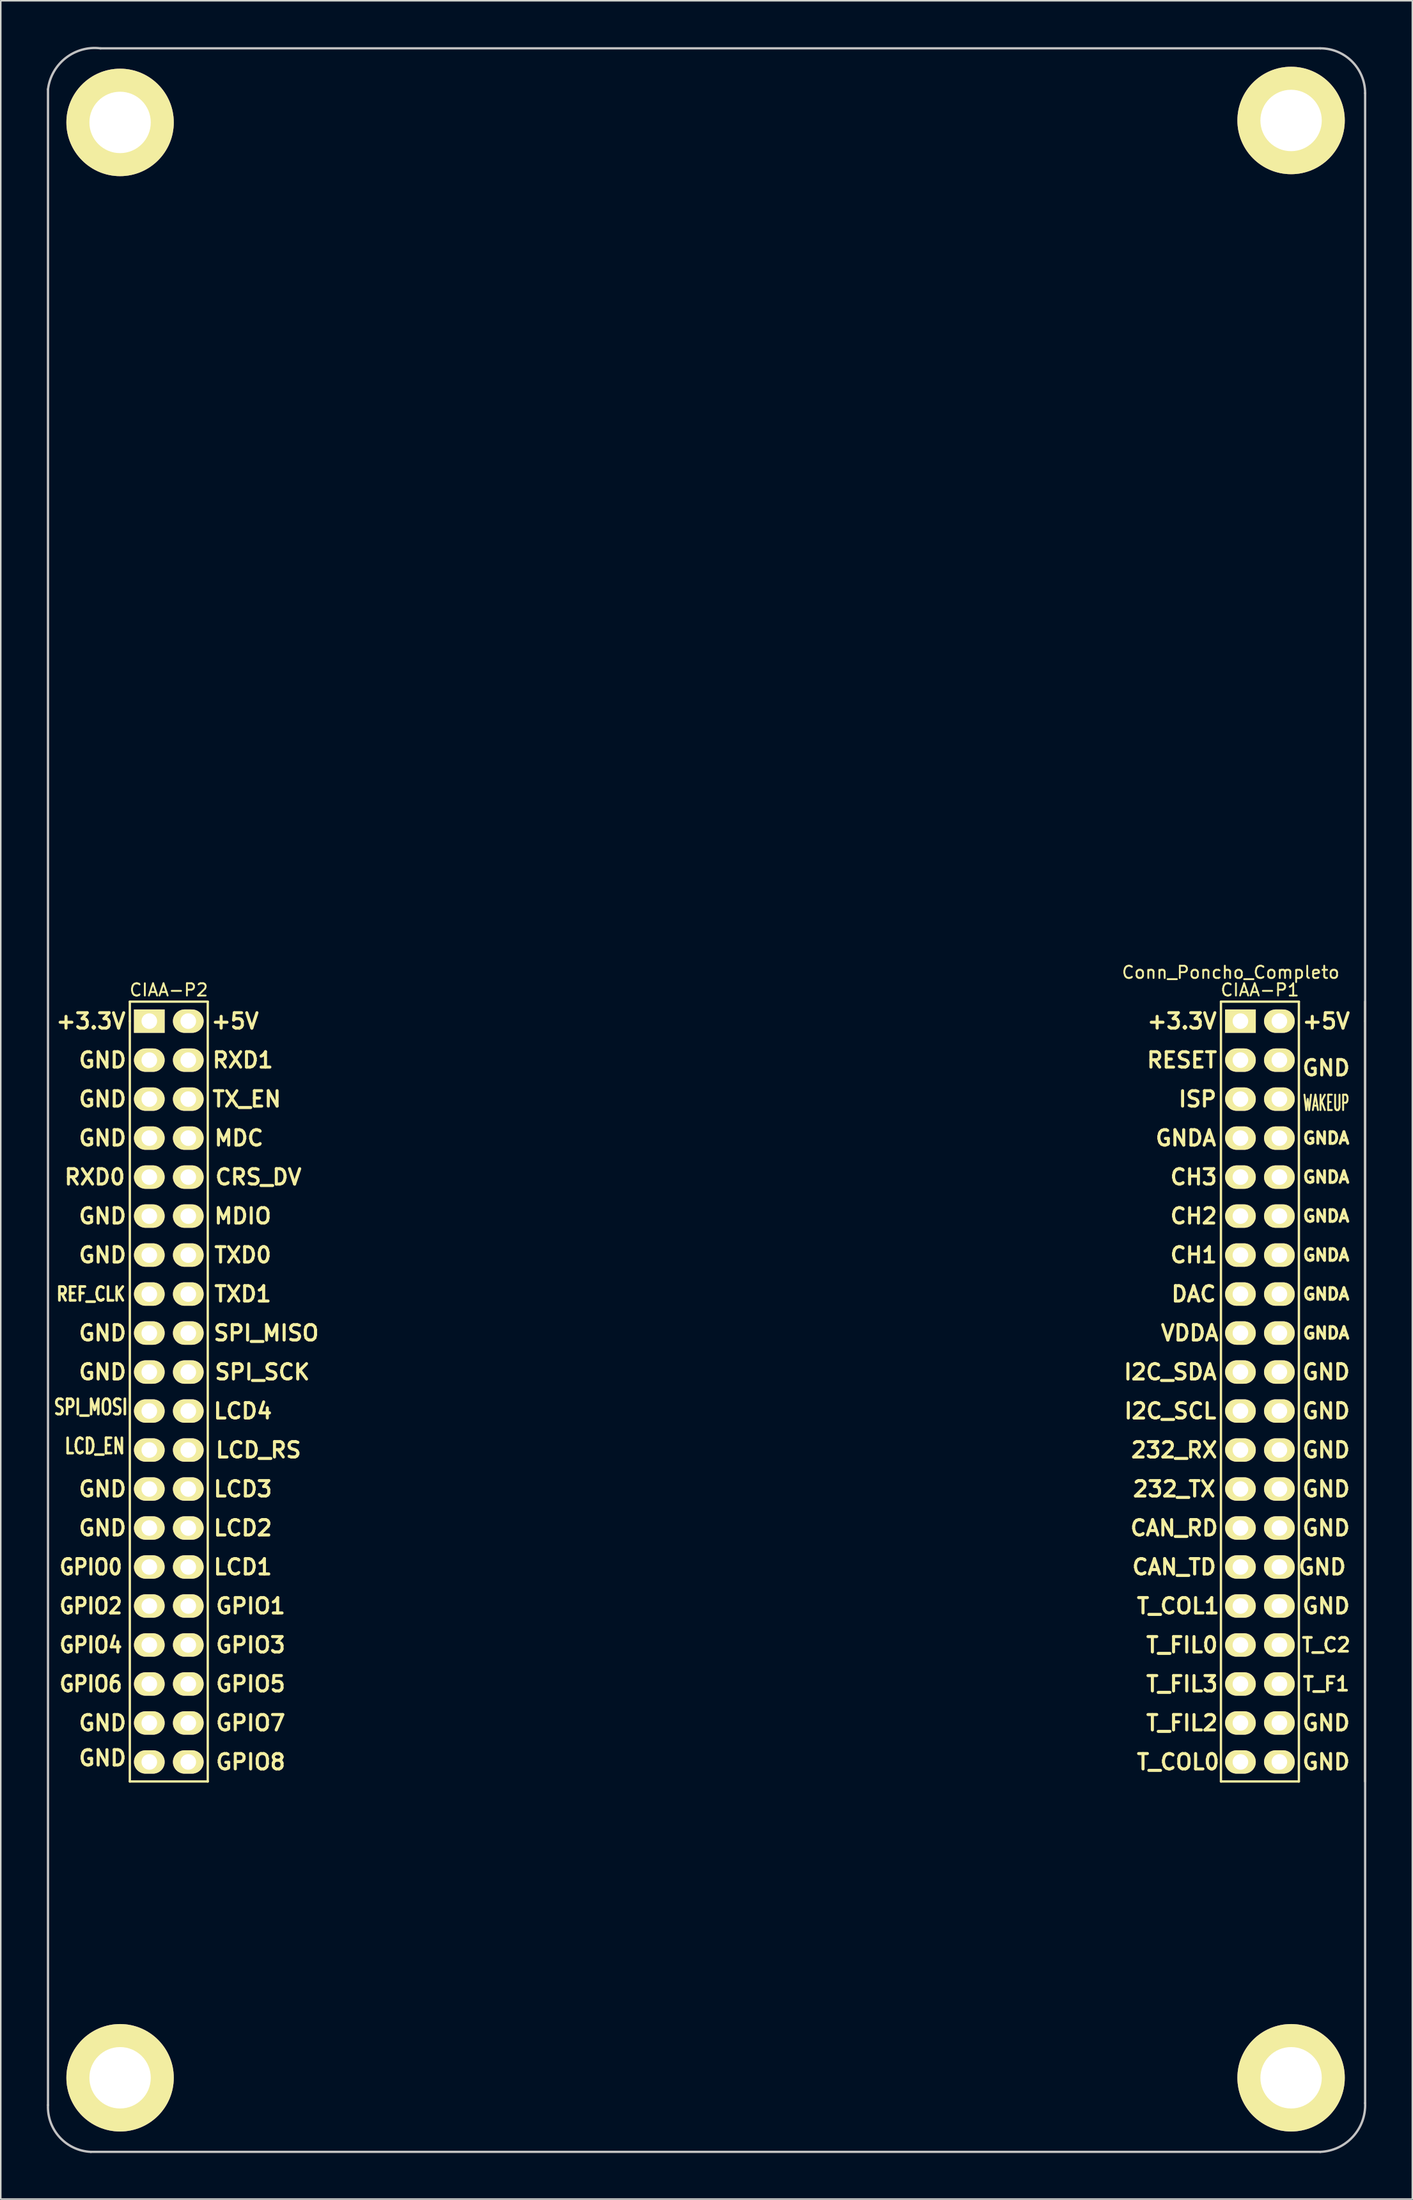
<source format=kicad_pcb>
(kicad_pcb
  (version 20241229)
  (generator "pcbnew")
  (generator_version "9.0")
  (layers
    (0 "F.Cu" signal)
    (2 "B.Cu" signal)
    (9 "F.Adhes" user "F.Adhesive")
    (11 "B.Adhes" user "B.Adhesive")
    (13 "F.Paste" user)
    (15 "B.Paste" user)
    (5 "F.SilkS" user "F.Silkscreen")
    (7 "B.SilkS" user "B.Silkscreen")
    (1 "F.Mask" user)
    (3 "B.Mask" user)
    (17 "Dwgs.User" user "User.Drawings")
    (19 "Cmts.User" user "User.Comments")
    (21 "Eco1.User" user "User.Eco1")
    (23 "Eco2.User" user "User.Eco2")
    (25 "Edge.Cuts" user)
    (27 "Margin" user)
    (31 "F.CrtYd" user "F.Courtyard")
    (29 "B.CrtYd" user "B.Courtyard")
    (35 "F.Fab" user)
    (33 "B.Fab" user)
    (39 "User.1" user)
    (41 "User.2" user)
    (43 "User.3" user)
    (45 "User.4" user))
  (footprint "Conn_Poncho_Completo"
    (layer "F.Cu")
    (at 77.802 63.472)
    (property "Reference" "Conn_Poncho_Completo" (at -0.635 -3.175 0) (layer "F.SilkS") (effects (font (size 0.8 0.8) (thickness 0.12))))
    (attr through_hole)
    (fp_line (start -72.39 -1.27) (end -67.31 -1.27) (stroke (width 0.15) (type solid)) (layer "F.SilkS"))
    (fp_line (start -72.39 0) (end -72.39 -1.27) (stroke (width 0.15) (type solid)) (layer "F.SilkS"))
    (fp_line (start -72.39 49.53) (end -72.39 0) (stroke (width 0.15) (type solid)) (layer "F.SilkS"))
    (fp_line (start -67.31 -1.27) (end -67.31 49.53) (stroke (width 0.15) (type solid)) (layer "F.SilkS"))
    (fp_line (start -67.31 49.53) (end -72.39 49.53) (stroke (width 0.15) (type solid)) (layer "F.SilkS"))
    (fp_line (start -1.27 49.53) (end -1.27 -1.27) (stroke (width 0.15) (type solid)) (layer "F.SilkS"))
    (fp_line (start 3.81 -1.27) (end -1.27 -1.27) (stroke (width 0.15) (type solid)) (layer "F.SilkS"))
    (fp_line (start 3.81 49.53) (end -1.27 49.53) (stroke (width 0.15) (type solid)) (layer "F.SilkS"))
    (fp_line (start 3.81 49.53) (end 3.81 -1.27) (stroke (width 0.15) (type solid)) (layer "F.SilkS"))
    (fp_line (start 8.128 0) (end 8.128 -1.27) (stroke (width 0.15) (type solid)) (layer "F.SilkS"))
    (fp_line (start 8.128 0) (end 8.128 49.53) (stroke (width 0.15) (type solid)) (layer "F.SilkS"))
    (fp_line (start -77.724 70.612) (end -77.724 -60.706) (stroke (width 0.15) (type solid)) (layer "Dwgs.User"))
    (fp_line (start -74.295 -63.373) (end 5.207 -63.373) (stroke (width 0.15) (type solid)) (layer "Dwgs.User"))
    (fp_line (start 5.207 73.66) (end -74.93 73.66) (stroke (width 0.15) (type solid)) (layer "Dwgs.User"))
    (fp_line (start 8.128 -60.452) (end 8.128 70.485) (stroke (width 0.15) (type solid)) (layer "Dwgs.User"))
    (fp_arc (start -77.724 -60.706) (mid -76.561854 -62.749669) (end -74.295 -63.373) (stroke (width 0.15) (type solid)) (layer "Dwgs.User"))
    (fp_arc (start -74.93 73.66) (mid -76.958261 72.714656) (end -77.724 70.612) (stroke (width 0.15) (type solid)) (layer "Dwgs.User"))
    (fp_arc (start 5.207 -63.373) (mid 7.272459 -62.517459) (end 8.128 -60.452) (stroke (width 0.15) (type solid)) (layer "Dwgs.User"))
    (fp_arc (start 8.128 70.485) (mid 7.325064 72.677459) (end 5.207 73.66) (stroke (width 0.15) (type solid)) (layer "Dwgs.User"))
    (fp_text user "+5V" (at 5.588 0 0) (layer "F.SilkS") (effects (font (size 1 1) (thickness 0.2))))
    (fp_text user "GND" (at 5.588 3.048 0) (layer "F.SilkS") (effects (font (size 1 1) (thickness 0.2))))
    (fp_text user "CIAA-P2" (at -69.85 -2.032 0) (layer "F.SilkS") (effects (font (size 0.8 0.8) (thickness 0.12))))
    (fp_text user "GPIO4" (at -74.93 40.64 0) (layer "F.SilkS") (effects (font (size 1 0.9) (thickness 0.2))))
    (fp_text user "DAC" (at -3.048 17.78 0) (layer "F.SilkS") (effects (font (size 1 1) (thickness 0.2))))
    (fp_text user "GNDA" (at 5.588 12.7 0) (layer "F.SilkS") (effects (font (size 0.76 0.76) (thickness 0.19))))
    (fp_text user "T_C2" (at 5.588 40.64 0) (layer "F.SilkS") (effects (font (size 0.9 0.9) (thickness 0.18))))
    (fp_text user "TXD0" (at -65.024 15.24 0) (layer "F.SilkS") (effects (font (size 1 1) (thickness 0.2))))
    (fp_text user "GND" (at -74.168 12.7 0) (layer "F.SilkS") (effects (font (size 1 1) (thickness 0.2))))
    (fp_text user "SPI_MOSI" (at -74.93 25.146 0) (layer "F.SilkS") (effects (font (size 1 0.7) (thickness 0.17))))
    (fp_text user "232_TX" (at -4.318 30.48 0) (layer "F.SilkS") (effects (font (size 1 1) (thickness 0.2))))
    (fp_text user "GND" (at -74.168 30.48 0) (layer "F.SilkS") (effects (font (size 1 1) (thickness 0.2))))
    (fp_text user "GNDA" (at 5.588 7.62 0) (layer "F.SilkS") (effects (font (size 0.76 0.76) (thickness 0.19))))
    (fp_text user "GPIO0" (at -74.93 35.56 0) (layer "F.SilkS") (effects (font (size 1 0.9) (thickness 0.2))))
    (fp_text user "GND" (at -74.168 45.72 0) (layer "F.SilkS") (effects (font (size 1 1) (thickness 0.2))))
    (fp_text user "GPIO8" (at -64.516 48.26 0) (layer "F.SilkS") (effects (font (size 1 1) (thickness 0.2))))
    (fp_text user "I2C_SDA" (at -4.572 22.86 0) (layer "F.SilkS") (effects (font (size 1 1) (thickness 0.2))))
    (fp_text user "T_FIL0" (at -3.81 40.64 0) (layer "F.SilkS") (effects (font (size 1 1) (thickness 0.2))))
    (fp_text user "SPI_SCK" (at -63.754 22.86 0) (layer "F.SilkS") (effects (font (size 1 1) (thickness 0.2))))
    (fp_text user "GND" (at 5.588 48.26 0) (layer "F.SilkS") (effects (font (size 1 1) (thickness 0.2))))
    (fp_text user "I2C_SCL" (at -4.572 25.4 0) (layer "F.SilkS") (effects (font (size 1 1) (thickness 0.2))))
    (fp_text user "GNDA" (at 5.588 17.78 0) (layer "F.SilkS") (effects (font (size 0.76 0.76) (thickness 0.19))))
    (fp_text user "RXD0" (at -74.676 10.16 0) (layer "F.SilkS") (effects (font (size 1 1) (thickness 0.2))))
    (fp_text user "CH3" (at -3.048 10.16 0) (layer "F.SilkS") (effects (font (size 1 1) (thickness 0.2))))
    (fp_text user "T_FIL3" (at -3.81 43.18 0) (layer "F.SilkS") (effects (font (size 1 1) (thickness 0.2))))
    (fp_text user "GND" (at 5.588 30.48 0) (layer "F.SilkS") (effects (font (size 1 1) (thickness 0.2))))
    (fp_text user "LCD1" (at -65.024 35.56 0) (layer "F.SilkS") (effects (font (size 1 1) (thickness 0.2))))
    (fp_text user "GND" (at -74.168 33.02 0) (layer "F.SilkS") (effects (font (size 1 1) (thickness 0.2))))
    (fp_text user "GPIO6" (at -74.93 43.18 0) (layer "F.SilkS") (effects (font (size 1 0.9) (thickness 0.2))))
    (fp_text user "TXD1" (at -65.024 17.78 0) (layer "F.SilkS") (effects (font (size 1 1) (thickness 0.2))))
    (fp_text user "MDIO" (at -65.024 12.7 0) (layer "F.SilkS") (effects (font (size 1 1) (thickness 0.2))))
    (fp_text user "GND" (at -74.168 20.32 0) (layer "F.SilkS") (effects (font (size 1 1) (thickness 0.2))))
    (fp_text user "GND" (at -74.168 7.62 0) (layer "F.SilkS") (effects (font (size 1 1) (thickness 0.2))))
    (fp_text user "CRS_DV" (at -64.008 10.16 0) (layer "F.SilkS") (effects (font (size 1 1) (thickness 0.2))))
    (fp_text user "GND" (at 5.588 45.72 0) (layer "F.SilkS") (effects (font (size 1 1) (thickness 0.2))))
    (fp_text user "WAKEUP" (at 5.588 5.334 0) (layer "F.SilkS") (effects (font (size 1 0.5) (thickness 0.125))))
    (fp_text user "T_FIL2" (at -3.81 45.72 0) (layer "F.SilkS") (effects (font (size 1 1) (thickness 0.2))))
    (fp_text user "MDC" (at -65.278 7.62 0) (layer "F.SilkS") (effects (font (size 1 1) (thickness 0.2))))
    (fp_text user "CIAA-P1" (at 1.27 -2.032 0) (layer "F.SilkS") (effects (font (size 0.8 0.8) (thickness 0.12))))
    (fp_text user "RXD1" (at -65.024 2.54 0) (layer "F.SilkS") (effects (font (size 1 1) (thickness 0.2))))
    (fp_text user "GND" (at -74.168 15.24 0) (layer "F.SilkS") (effects (font (size 1 1) (thickness 0.2))))
    (fp_text user "GND" (at 5.588 38.1 0) (layer "F.SilkS") (effects (font (size 1 1) (thickness 0.2))))
    (fp_text user "+5V" (at -65.532 0 0) (layer "F.SilkS") (effects (font (size 1 1) (thickness 0.2))))
    (fp_text user "LCD_RS" (at -64.008 27.94 0) (layer "F.SilkS") (effects (font (size 1 1) (thickness 0.2))))
    (fp_text user "ISP" (at -2.794 5.08 0) (layer "F.SilkS") (effects (font (size 1 1) (thickness 0.2))))
    (fp_text user "GND" (at 5.588 33.02 0) (layer "F.SilkS") (effects (font (size 1 1) (thickness 0.2))))
    (fp_text user "LCD3" (at -65.024 30.48 0) (layer "F.SilkS") (effects (font (size 1 1) (thickness 0.2))))
    (fp_text user "REF_CLK" (at -74.93 17.78 0) (layer "F.SilkS") (effects (font (size 0.9 0.7) (thickness 0.175))))
    (fp_text user "TX_EN" (at -64.77 5.08 0) (layer "F.SilkS") (effects (font (size 1 1) (thickness 0.2))))
    (fp_text user "CAN_TD" (at -4.318 35.56 0) (layer "F.SilkS") (effects (font (size 1 1) (thickness 0.2))))
    (fp_text user "GPIO3" (at -64.516 40.64 0) (layer "F.SilkS") (effects (font (size 1 1) (thickness 0.2))))
    (fp_text user "T_F1" (at 5.588 43.18 0) (layer "F.SilkS") (effects (font (size 0.9 0.9) (thickness 0.18))))
    (fp_text user "LCD4" (at -65.024 25.4 0) (layer "F.SilkS") (effects (font (size 1 1) (thickness 0.2))))
    (fp_text user "GNDA" (at 5.588 20.32 0) (layer "F.SilkS") (effects (font (size 0.76 0.76) (thickness 0.19))))
    (fp_text user "GPIO2" (at -74.93 38.1 0) (layer "F.SilkS") (effects (font (size 1 0.9) (thickness 0.2))))
    (fp_text user "CAN_RD" (at -4.318 33.02 0) (layer "F.SilkS") (effects (font (size 1 1) (thickness 0.2))))
    (fp_text user "CH2" (at -3.048 12.7 0) (layer "F.SilkS") (effects (font (size 1 1) (thickness 0.2))))
    (fp_text user "GND" (at 5.588 25.4 0) (layer "F.SilkS") (effects (font (size 1 1) (thickness 0.2))))
    (fp_text user "T_COL0" (at -4.064 48.26 0) (layer "F.SilkS") (effects (font (size 1 1) (thickness 0.2))))
    (fp_text user "GND" (at -74.168 2.54 0) (layer "F.SilkS") (effects (font (size 1 1) (thickness 0.2))))
    (fp_text user "SPI_MISO" (at -63.5 20.32 0) (layer "F.SilkS") (effects (font (size 1 1) (thickness 0.2))))
    (fp_text user "GND" (at -74.168 22.86 0) (layer "F.SilkS") (effects (font (size 1 1) (thickness 0.2))))
    (fp_text user "GND" (at 5.588 22.86 0) (layer "F.SilkS") (effects (font (size 1 1) (thickness 0.2))))
    (fp_text user "T_COL1" (at -4.064 38.1 0) (layer "F.SilkS") (effects (font (size 1 1) (thickness 0.2))))
    (fp_text user "VDDA" (at -3.302 20.32 0) (layer "F.SilkS") (effects (font (size 1 1) (thickness 0.2))))
    (fp_text user "+3.3V" (at -3.81 0 0) (layer "F.SilkS") (effects (font (size 1 1) (thickness 0.2))))
    (fp_text user "232_RX" (at -4.318 27.94 0) (layer "F.SilkS") (effects (font (size 1 1) (thickness 0.2))))
    (fp_text user "GNDA" (at -3.556 7.62 0) (layer "F.SilkS") (effects (font (size 1 1) (thickness 0.2))))
    (fp_text user "RESET" (at -3.81 2.54 0) (layer "F.SilkS") (effects (font (size 1 1) (thickness 0.2))))
    (fp_text user "GPIO7" (at -64.516 45.72 0) (layer "F.SilkS") (effects (font (size 1 1) (thickness 0.2))))
    (fp_text user "+3.3V" (at -74.93 0 0) (layer "F.SilkS") (effects (font (size 1 1) (thickness 0.2))))
    (fp_text user "GND" (at 5.334 35.56 0) (layer "F.SilkS") (effects (font (size 1 1) (thickness 0.2))))
    (fp_text user "GNDA" (at 5.588 10.16 0) (layer "F.SilkS") (effects (font (size 0.76 0.76) (thickness 0.19))))
    (fp_text user "CH1" (at -3.048 15.24 0) (layer "F.SilkS") (effects (font (size 1 1) (thickness 0.2))))
    (fp_text user "GND" (at -74.168 5.08 0) (layer "F.SilkS") (effects (font (size 1 1) (thickness 0.2))))
    (fp_text user "LCD_EN" (at -74.676 27.686 0) (layer "F.SilkS") (effects (font (size 1 0.7) (thickness 0.17))))
    (fp_text user "GPIO1" (at -64.516 38.1 0) (layer "F.SilkS") (effects (font (size 1 1) (thickness 0.2))))
    (fp_text user "GND" (at 5.588 27.94 0) (layer "F.SilkS") (effects (font (size 1 1) (thickness 0.2))))
    (fp_text user "LCD2" (at -65.024 33.02 0) (layer "F.SilkS") (effects (font (size 1 1) (thickness 0.2))))
    (fp_text user "GND" (at -74.168 48.006 0) (layer "F.SilkS") (effects (font (size 1 1) (thickness 0.2))))
    (fp_text user "GPIO5" (at -64.516 43.18 0) (layer "F.SilkS") (effects (font (size 1 1) (thickness 0.2))))
    (fp_text user "GNDA" (at 5.588 15.24 0) (layer "F.SilkS") (effects (font (size 0.76 0.76) (thickness 0.19))))
    (pad "1" thru_hole rect (at 0 0 270) (size 1.524 2) (drill 1.016) (layers "*.Cu" "*.Mask" "F.SilkS"))
    (pad "2" thru_hole oval (at 2.54 0 270) (size 1.524 2) (drill 1.016) (layers "*.Cu" "*.Mask" "F.SilkS"))
    (pad "3" thru_hole oval (at 0 2.54 270) (size 1.524 2) (drill 1.016) (layers "*.Cu" "*.Mask" "F.SilkS"))
    (pad "4" thru_hole oval (at 2.54 2.54 270) (size 1.524 2) (drill 1.016) (layers "*.Cu" "*.Mask" "F.SilkS"))
    (pad "5" thru_hole oval (at 0 5.08 270) (size 1.524 2) (drill 1.016) (layers "*.Cu" "*.Mask" "F.SilkS"))
    (pad "6" thru_hole oval (at 2.54 5.08 270) (size 1.524 2) (drill 1.016) (layers "*.Cu" "*.Mask" "F.SilkS"))
    (pad "7" thru_hole oval (at 0 7.62 270) (size 1.524 2) (drill 1.016) (layers "*.Cu" "*.Mask" "F.SilkS"))
    (pad "8" thru_hole oval (at 2.54 7.62 270) (size 1.524 2) (drill 1.016) (layers "*.Cu" "*.Mask" "F.SilkS"))
    (pad "9" thru_hole oval (at 0 10.16 270) (size 1.524 2) (drill 1.016) (layers "*.Cu" "*.Mask" "F.SilkS"))
    (pad "10" thru_hole oval (at 2.54 10.16 270) (size 1.524 2) (drill 1.016) (layers "*.Cu" "*.Mask" "F.SilkS"))
    (pad "11" thru_hole oval (at 0 12.7 270) (size 1.524 2) (drill 1.016) (layers "*.Cu" "*.Mask" "F.SilkS"))
    (pad "12" thru_hole oval (at 2.54 12.7 270) (size 1.524 2) (drill 1.016) (layers "*.Cu" "*.Mask" "F.SilkS"))
    (pad "13" thru_hole oval (at 0 15.24 270) (size 1.524 2) (drill 1.016) (layers "*.Cu" "*.Mask" "F.SilkS"))
    (pad "14" thru_hole oval (at 2.54 15.24 270) (size 1.524 2) (drill 1.016) (layers "*.Cu" "*.Mask" "F.SilkS"))
    (pad "15" thru_hole oval (at 0 17.78 270) (size 1.524 2) (drill 1.016) (layers "*.Cu" "*.Mask" "F.SilkS"))
    (pad "16" thru_hole oval (at 2.54 17.78 270) (size 1.524 2) (drill 1.016) (layers "*.Cu" "*.Mask" "F.SilkS"))
    (pad "17" thru_hole oval (at 0 20.32 270) (size 1.524 2) (drill 1.016) (layers "*.Cu" "*.Mask" "F.SilkS"))
    (pad "18" thru_hole oval (at 2.54 20.32 270) (size 1.524 2) (drill 1.016) (layers "*.Cu" "*.Mask" "F.SilkS"))
    (pad "19" thru_hole oval (at 0 22.86 270) (size 1.524 2) (drill 1.016) (layers "*.Cu" "*.Mask" "F.SilkS"))
    (pad "20" thru_hole oval (at 2.54 22.86 270) (size 1.524 2) (drill 1.016) (layers "*.Cu" "*.Mask" "F.SilkS"))
    (pad "21" thru_hole oval (at 0 25.4 270) (size 1.524 2) (drill 1.016) (layers "*.Cu" "*.Mask" "F.SilkS"))
    (pad "22" thru_hole oval (at 2.54 25.4 270) (size 1.524 2) (drill 1.016) (layers "*.Cu" "*.Mask" "F.SilkS"))
    (pad "23" thru_hole oval (at 0 27.94 270) (size 1.524 2) (drill 1.016) (layers "*.Cu" "*.Mask" "F.SilkS"))
    (pad "24" thru_hole oval (at 2.54 27.94 270) (size 1.524 2) (drill 1.016) (layers "*.Cu" "*.Mask" "F.SilkS"))
    (pad "25" thru_hole oval (at 0 30.48 270) (size 1.524 2) (drill 1.016) (layers "*.Cu" "*.Mask" "F.SilkS"))
    (pad "26" thru_hole oval (at 2.54 30.48 270) (size 1.524 2) (drill 1.016) (layers "*.Cu" "*.Mask" "F.SilkS"))
    (pad "27" thru_hole oval (at 0 33.02 270) (size 1.524 2) (drill 1.016) (layers "*.Cu" "*.Mask" "F.SilkS"))
    (pad "28" thru_hole oval (at 2.54 33.02 270) (size 1.524 2) (drill 1.016) (layers "*.Cu" "*.Mask" "F.SilkS"))
    (pad "29" thru_hole oval (at 0 35.56 270) (size 1.524 2) (drill 1.016) (layers "*.Cu" "*.Mask" "F.SilkS"))
    (pad "30" thru_hole oval (at 2.54 35.56 270) (size 1.524 2) (drill 1.016) (layers "*.Cu" "*.Mask" "F.SilkS"))
    (pad "31" thru_hole oval (at 0 38.1 270) (size 1.524 2) (drill 1.016) (layers "*.Cu" "*.Mask" "F.SilkS"))
    (pad "32" thru_hole oval (at 2.54 38.1 270) (size 1.524 2) (drill 1.016) (layers "*.Cu" "*.Mask" "F.SilkS"))
    (pad "33" thru_hole oval (at 0 40.64 270) (size 1.524 2) (drill 1.016) (layers "*.Cu" "*.Mask" "F.SilkS"))
    (pad "34" thru_hole oval (at 2.54 40.64 270) (size 1.524 2) (drill 1.016) (layers "*.Cu" "*.Mask" "F.SilkS"))
    (pad "35" thru_hole oval (at 0 43.18 270) (size 1.524 2) (drill 1.016) (layers "*.Cu" "*.Mask" "F.SilkS"))
    (pad "36" thru_hole oval (at 2.54 43.18 270) (size 1.524 2) (drill 1.016) (layers "*.Cu" "*.Mask" "F.SilkS"))
    (pad "37" thru_hole oval (at 0 45.72 270) (size 1.524 2) (drill 1.016) (layers "*.Cu" "*.Mask" "F.SilkS"))
    (pad "38" thru_hole oval (at 2.54 45.72 270) (size 1.524 2) (drill 1.016) (layers "*.Cu" "*.Mask" "F.SilkS"))
    (pad "39" thru_hole oval (at 0 48.26 270) (size 1.524 2) (drill 1.016) (layers "*.Cu" "*.Mask" "F.SilkS"))
    (pad "40" thru_hole oval (at 2.54 48.26 270) (size 1.524 2) (drill 1.016) (layers "*.Cu" "*.Mask" "F.SilkS"))
    (pad "41" thru_hole rect (at -71.12 0 270) (size 1.524 2) (drill 1.016) (layers "*.Cu" "*.Mask" "F.SilkS"))
    (pad "42" thru_hole oval (at -68.58 0 270) (size 1.524 2) (drill 1.016) (layers "*.Cu" "*.Mask" "F.SilkS"))
    (pad "43" thru_hole oval (at -71.12 2.54 270) (size 1.524 2) (drill 1.016) (layers "*.Cu" "*.Mask" "F.SilkS"))
    (pad "44" thru_hole oval (at -68.58 2.54 270) (size 1.524 2) (drill 1.016) (layers "*.Cu" "*.Mask" "F.SilkS"))
    (pad "45" thru_hole oval (at -71.12 5.08 270) (size 1.524 2) (drill 1.016) (layers "*.Cu" "*.Mask" "F.SilkS"))
    (pad "46" thru_hole oval (at -68.58 5.08 270) (size 1.524 2) (drill 1.016) (layers "*.Cu" "*.Mask" "F.SilkS"))
    (pad "47" thru_hole oval (at -71.12 7.62 270) (size 1.524 2) (drill 1.016) (layers "*.Cu" "*.Mask" "F.SilkS"))
    (pad "48" thru_hole oval (at -68.58 7.62 270) (size 1.524 2) (drill 1.016) (layers "*.Cu" "*.Mask" "F.SilkS"))
    (pad "49" thru_hole oval (at -71.12 10.16 270) (size 1.524 2) (drill 1.016) (layers "*.Cu" "*.Mask" "F.SilkS"))
    (pad "50" thru_hole oval (at -68.58 10.16 270) (size 1.524 2) (drill 1.016) (layers "*.Cu" "*.Mask" "F.SilkS"))
    (pad "51" thru_hole oval (at -71.12 12.7 270) (size 1.524 2) (drill 1.016) (layers "*.Cu" "*.Mask" "F.SilkS"))
    (pad "52" thru_hole oval (at -68.58 12.7 270) (size 1.524 2) (drill 1.016) (layers "*.Cu" "*.Mask" "F.SilkS"))
    (pad "53" thru_hole oval (at -71.12 15.24 270) (size 1.524 2) (drill 1.016) (layers "*.Cu" "*.Mask" "F.SilkS"))
    (pad "54" thru_hole oval (at -68.58 15.24 270) (size 1.524 2) (drill 1.016) (layers "*.Cu" "*.Mask" "F.SilkS"))
    (pad "55" thru_hole oval (at -71.12 17.78 270) (size 1.524 2) (drill 1.016) (layers "*.Cu" "*.Mask" "F.SilkS"))
    (pad "56" thru_hole oval (at -68.58 17.78 270) (size 1.524 2) (drill 1.016) (layers "*.Cu" "*.Mask" "F.SilkS"))
    (pad "57" thru_hole oval (at -71.12 20.32 270) (size 1.524 2) (drill 1.016) (layers "*.Cu" "*.Mask" "F.SilkS"))
    (pad "58" thru_hole oval (at -68.58 20.32 270) (size 1.524 2) (drill 1.016) (layers "*.Cu" "*.Mask" "F.SilkS"))
    (pad "59" thru_hole oval (at -71.12 22.86 270) (size 1.524 2) (drill 1.016) (layers "*.Cu" "*.Mask" "F.SilkS"))
    (pad "60" thru_hole oval (at -68.58 22.86 270) (size 1.524 2) (drill 1.016) (layers "*.Cu" "*.Mask" "F.SilkS"))
    (pad "61" thru_hole oval (at -71.12 25.4 270) (size 1.524 2) (drill 1.016) (layers "*.Cu" "*.Mask" "F.SilkS"))
    (pad "62" thru_hole oval (at -68.58 25.4 270) (size 1.524 2) (drill 1.016) (layers "*.Cu" "*.Mask" "F.SilkS"))
    (pad "63" thru_hole oval (at -71.12 27.94 270) (size 1.524 2) (drill 1.016) (layers "*.Cu" "*.Mask" "F.SilkS"))
    (pad "64" thru_hole oval (at -68.58 27.94 270) (size 1.524 2) (drill 1.016) (layers "*.Cu" "*.Mask" "F.SilkS"))
    (pad "65" thru_hole oval (at -71.12 30.48 270) (size 1.524 2) (drill 1.016) (layers "*.Cu" "*.Mask" "F.SilkS"))
    (pad "66" thru_hole oval (at -68.58 30.48 270) (size 1.524 2) (drill 1.016) (layers "*.Cu" "*.Mask" "F.SilkS"))
    (pad "67" thru_hole oval (at -71.12 33.02 270) (size 1.524 2) (drill 1.016) (layers "*.Cu" "*.Mask" "F.SilkS"))
    (pad "68" thru_hole oval (at -68.58 33.02 270) (size 1.524 2) (drill 1.016) (layers "*.Cu" "*.Mask" "F.SilkS"))
    (pad "69" thru_hole oval (at -71.12 35.56 270) (size 1.524 2) (drill 1.016) (layers "*.Cu" "*.Mask" "F.SilkS"))
    (pad "70" thru_hole oval (at -68.58 35.56 270) (size 1.524 2) (drill 1.016) (layers "*.Cu" "*.Mask" "F.SilkS"))
    (pad "71" thru_hole oval (at -71.12 38.1 270) (size 1.524 2) (drill 1.016) (layers "*.Cu" "*.Mask" "F.SilkS"))
    (pad "72" thru_hole oval (at -68.58 38.1 270) (size 1.524 2) (drill 1.016) (layers "*.Cu" "*.Mask" "F.SilkS"))
    (pad "73" thru_hole oval (at -71.12 40.64 270) (size 1.524 2) (drill 1.016) (layers "*.Cu" "*.Mask" "F.SilkS"))
    (pad "74" thru_hole oval (at -68.58 40.64 270) (size 1.524 2) (drill 1.016) (layers "*.Cu" "*.Mask" "F.SilkS"))
    (pad "75" thru_hole oval (at -71.12 43.18 270) (size 1.524 2) (drill 1.016) (layers "*.Cu" "*.Mask" "F.SilkS"))
    (pad "76" thru_hole oval (at -68.58 43.18 270) (size 1.524 2) (drill 1.016) (layers "*.Cu" "*.Mask" "F.SilkS"))
    (pad "77" thru_hole oval (at -71.12 45.72 270) (size 1.524 2) (drill 1.016) (layers "*.Cu" "*.Mask" "F.SilkS"))
    (pad "78" thru_hole oval (at -68.58 45.72 270) (size 1.524 2) (drill 1.016) (layers "*.Cu" "*.Mask" "F.SilkS"))
    (pad "79" thru_hole oval (at -71.12 48.26 270) (size 1.524 2) (drill 1.016) (layers "*.Cu" "*.Mask" "F.SilkS"))
    (pad "80" thru_hole oval (at -68.58 48.26 270) (size 1.524 2) (drill 1.016) (layers "*.Cu" "*.Mask" "F.SilkS"))
    (pad "~" thru_hole circle (at -73.025 -58.547) (size 7 7) (drill 4) (layers "*.Cu" "*.Mask" "F.SilkS"))
    (pad "~" thru_hole circle (at -73.025 68.834) (size 7 7) (drill 4) (layers "*.Cu" "*.Mask" "F.SilkS"))
    (pad "~" thru_hole circle (at 3.302 -58.674) (size 7 7) (drill 4) (layers "*.Cu" "*.Mask" "F.SilkS"))
    (pad "~" thru_hole circle (at 3.302 68.834) (size 7 7) (drill 4) (layers "*.Cu" "*.Mask" "F.SilkS")))
  (gr_rect
    (start -3 -3)
    (end 89.007 140.207)
    (stroke (width 0.1) (type default))
    (fill no)
    (layer "Edge.Cuts")))
</source>
